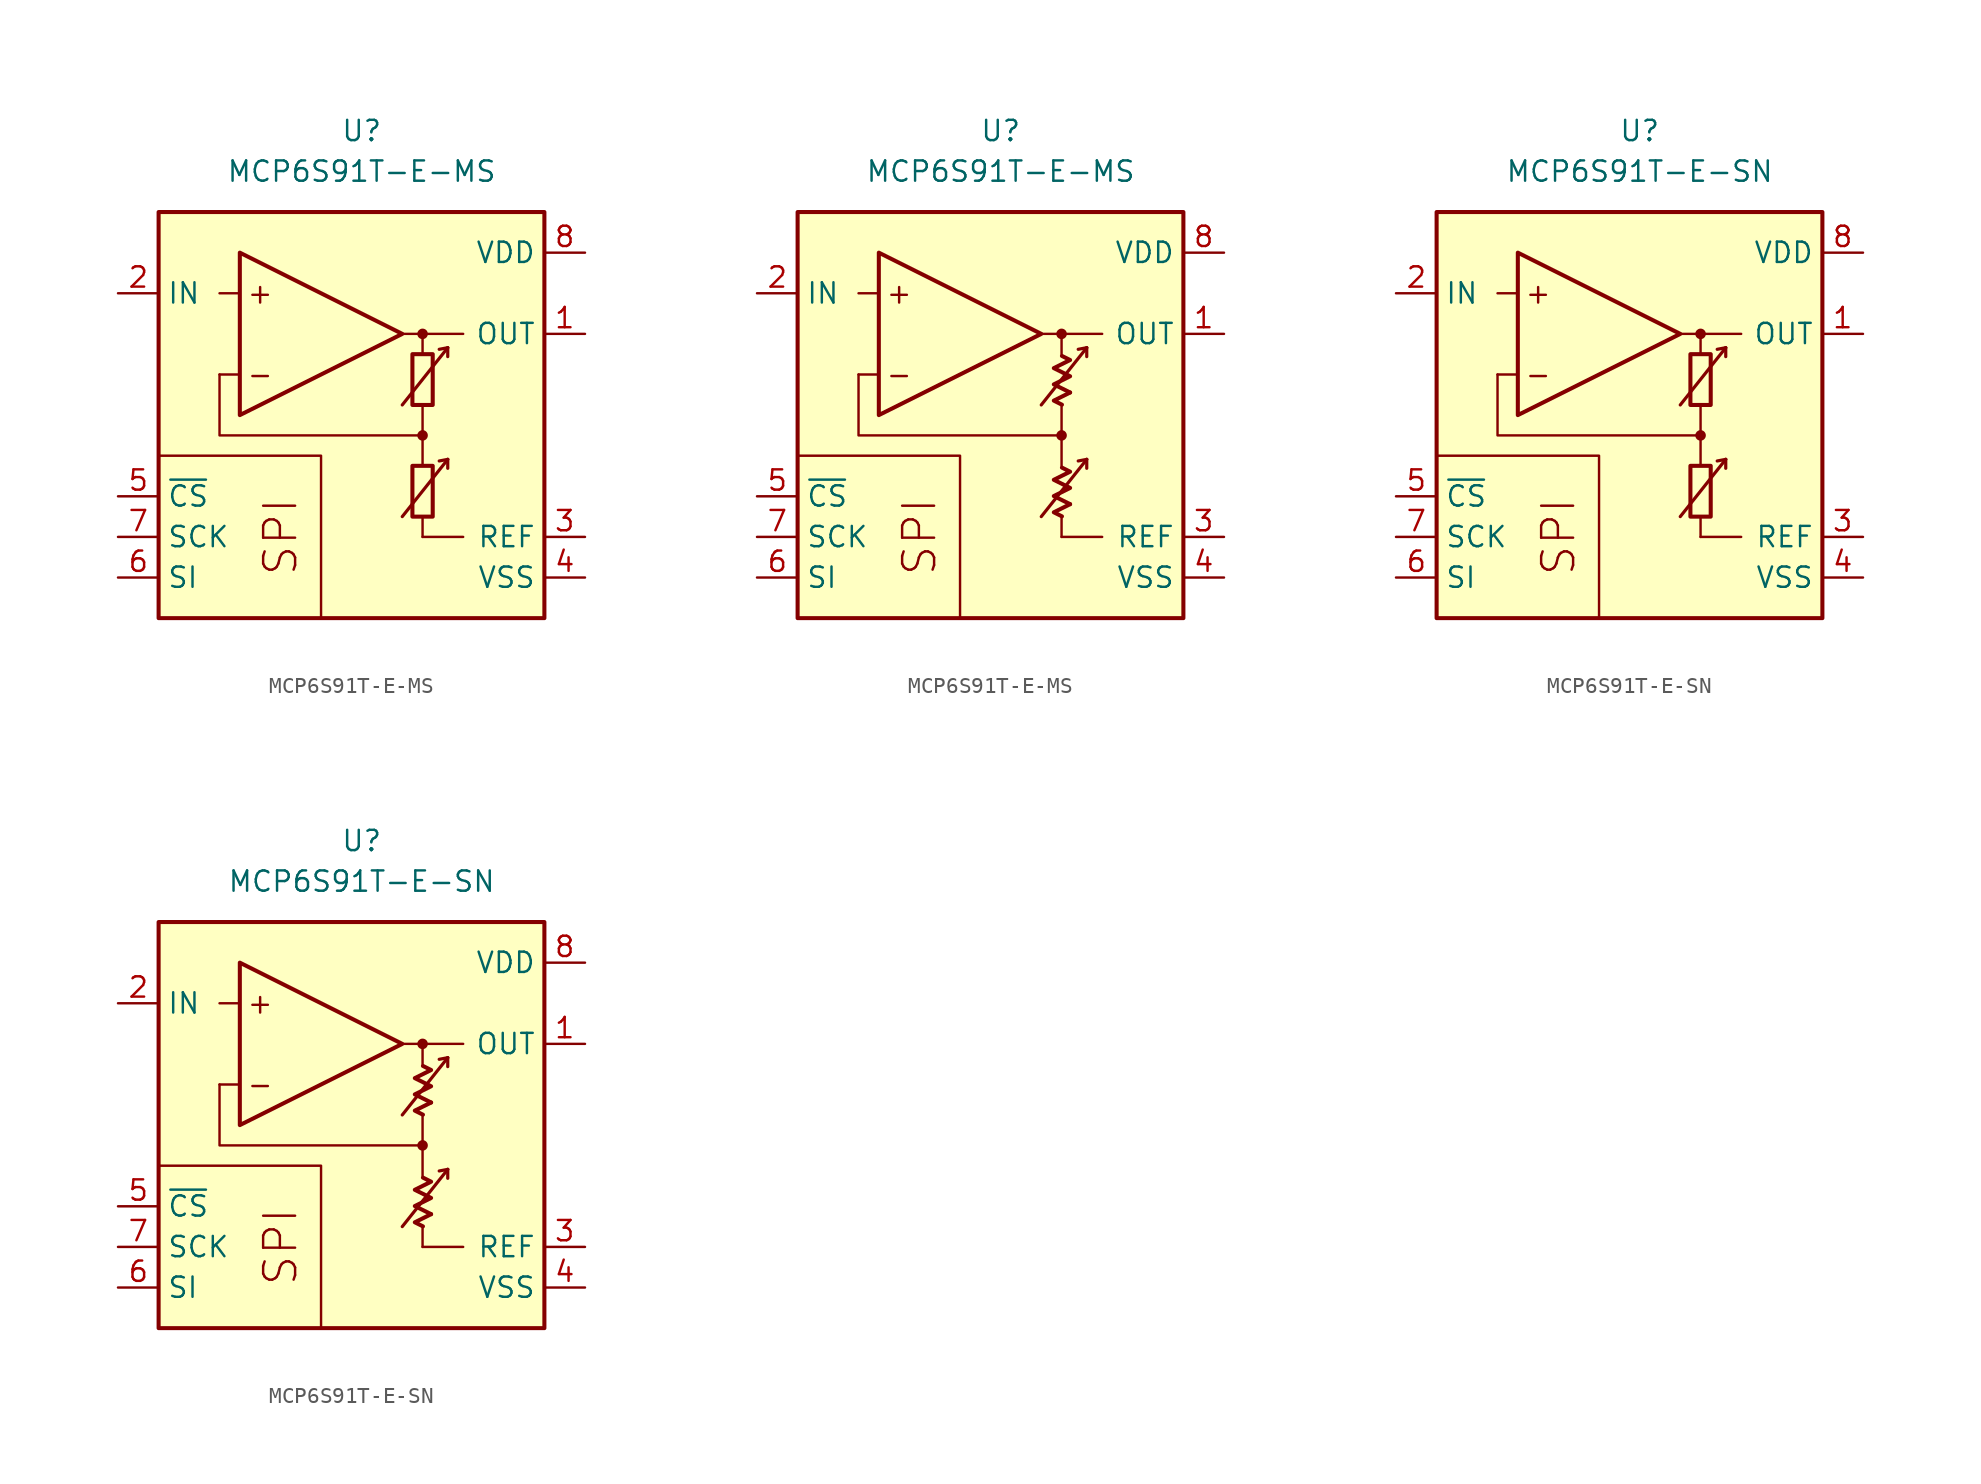
<source format=kicad_sym>
(kicad_symbol_lib
  (version 20231120)
  (generator "kicad_symbol_editor")
  (generator_version "8.0")
  (symbol "MCP6S91T-E-MS"
    (property "Reference" "U"
      (at 0 17.78 0)
      (effects (font (size 1.27 1.27))))
    (property "Value" "MCP6S91T-E-MS"
      (at 0 15.24 0)
      (effects (font (size 1.27 1.27))))
    (symbol "MCP6S91T-E-MS_0_0"
      (rectangle (start -12.7 12.7) (end 11.43 -12.7) (stroke (width 0.254) (type default)) (fill (type background)))
      (polyline (pts (xy 3.81 -3.81)) (stroke (width 0.152) (type default)) (fill (type none)))
      (polyline (pts (xy 3.81 -3.81)) (stroke (width 0.152) (type default)) (fill (type none)))
      (polyline (pts (xy 3.81 -3.175)) (stroke (width 0.152) (type default)) (fill (type none)))
      (polyline (pts (xy 3.81 3.175)) (stroke (width 0.152) (type default)) (fill (type none)))
      (polyline (pts (xy 3.81 3.81)) (stroke (width 0.152) (type default)) (fill (type none)))
      (polyline (pts (xy 3.81 3.81)) (stroke (width 0.152) (type default)) (fill (type none)))
      (polyline (pts (xy -7.62 2.54) (xy -8.89 2.54)) (stroke (width 0.152) (type default)) (fill (type none)))
      (polyline (pts (xy -7.62 7.62) (xy -8.89 7.62)) (stroke (width 0.152) (type default)) (fill (type none)))
      (polyline (pts (xy 2.54 5.08) (xy 6.35 5.08)) (stroke (width 0.152) (type default)) (fill (type none)))
      (polyline (pts (xy 3.81 -6.35) (xy 3.81 -7.62)) (stroke (width 0.152) (type default)) (fill (type none)))
      (polyline (pts (xy 3.81 -1.27) (xy 3.81 -3.175)) (stroke (width 0.152) (type default)) (fill (type none)))
      (polyline (pts (xy 3.81 0.635) (xy 3.81 -1.27)) (stroke (width 0.152) (type default)) (fill (type none)))
      (polyline (pts (xy 3.81 5.08) (xy 3.81 3.81)) (stroke (width 0.152) (type default)) (fill (type none)))
      (polyline (pts (xy -2.54 -12.7) (xy -2.54 -2.54) (xy -12.7 -2.54)) (stroke (width 0.152) (type default)) (fill (type none)))
      (polyline (pts (xy 3.81 -1.27) (xy -8.89 -1.27) (xy -8.89 2.54)) (stroke (width 0.152) (type default)) (fill (type none)))
      (circle (center 3.81 -1.27) (radius 0.254) (stroke (width 0.152) (type default)) (fill (type outline)))
      (circle (center 3.81 5.08) (radius 0.254) (stroke (width 0.152) (type default)) (fill (type outline)))
      (text "+" (at -6.35 7.62 0) (effects (font (size 1.27 1.27))))
      (text "-" (at -6.35 2.54 0) (effects (font (size 1.27 1.27))))
      (text "SPI" (at -5.08 -7.62 900) (effects (font (size 2 2)))))
    (symbol "MCP6S91T-E-MS_0_1"
      (rectangle (start 3.175 -3.175) (end 4.445 -6.35) (stroke (width 0.254) (type default)) (fill (type none)))
      (rectangle (start 3.175 3.81) (end 4.445 0.635) (stroke (width 0.254) (type default)) (fill (type none))))
    (symbol "MCP6S91T-E-MS_0_2"
      (polyline (pts (xy 4.343 -5.572) (xy 3.326 -6.08) (xy 3.834 -6.333)) (stroke (width 0.254) (type default)) (fill (type none)))
      (polyline (pts (xy 4.343 1.413) (xy 3.326 0.905) (xy 3.834 0.651)) (stroke (width 0.254) (type default)) (fill (type none)))
      (polyline (pts (xy 3.834 -3.285) (xy 4.343 -3.539) (xy 3.326 -4.048) (xy 4.343 -4.556) (xy 3.326 -5.064) (xy 4.343 -5.572)) (stroke (width 0.254) (type default)) (fill (type none)))
      (polyline (pts (xy 3.834 3.7) (xy 4.343 3.446) (xy 3.326 2.938) (xy 4.343 2.429) (xy 3.326 1.921) (xy 4.343 1.413)) (stroke (width 0.254) (type default)) (fill (type none))))
    (symbol "MCP6S91T-E-MS_1_0"
      (polyline (pts (xy 3.81 -7.62) (xy 6.35 -7.62)) (stroke (width 0) (type default)) (fill (type none)))
      (polyline (pts (xy 5.385 -2.769) (xy 4.851 -2.87)) (stroke (width 0.2) (type default)) (fill (type none)))
      (polyline (pts (xy 5.385 -2.769) (xy 5.385 -3.327)) (stroke (width 0.2) (type default)) (fill (type none)))
      (polyline (pts (xy 5.385 4.216) (xy 4.851 4.115)) (stroke (width 0.2) (type default)) (fill (type none)))
      (polyline (pts (xy 5.385 4.216) (xy 5.385 3.658)) (stroke (width 0.2) (type default)) (fill (type none)))
      (polyline (pts (xy -7.62 10.16) (xy -7.62 0) (xy 2.54 5.08) (xy -7.62 10.16)) (stroke (width 0.254) (type default)) (fill (type background)))
      (polyline (pts (xy 2.54 -6.35) (xy 5.385 -2.769) (xy 5.385 -2.769) (xy 5.385 -2.769)) (stroke (width 0.2) (type default)) (fill (type none)))
      (polyline (pts (xy 2.54 0.635) (xy 5.385 4.216) (xy 5.385 4.216) (xy 5.385 4.216)) (stroke (width 0.2) (type default)) (fill (type none))))
    (symbol "MCP6S91T-E-MS_1_1"
      (pin output line (at 13.97 5.08 180) (length 2.54) (name "OUT" (effects (font (size 1.27 1.27)))) (number "1" (effects (font (size 1.27 1.27)))))
      (pin input line (at -15.24 7.62 0) (length 2.54) (name "IN" (effects (font (size 1.27 1.27)))) (number "2" (effects (font (size 1.27 1.27)))))
      (pin passive line (at 13.97 -7.62 180) (length 2.54) (name "REF" (effects (font (size 1.27 1.27)))) (number "3" (effects (font (size 1.27 1.27)))))
      (pin power_in line (at 13.97 -10.16 180) (length 2.54) (name "VSS" (effects (font (size 1.27 1.27)))) (number "4" (effects (font (size 1.27 1.27)))))
      (pin input line (at -15.24 -5.08 0) (length 2.54) (name "~{CS}" (effects (font (size 1.27 1.27)))) (number "5" (effects (font (size 1.27 1.27)))))
      (pin input line (at -15.24 -10.16 0) (length 2.54) (name "SI" (effects (font (size 1.27 1.27)))) (number "6" (effects (font (size 1.27 1.27)))))
      (pin input line (at -15.24 -7.62 0) (length 2.54) (name "SCK" (effects (font (size 1.27 1.27)))) (number "7" (effects (font (size 1.27 1.27)))))
      (pin power_in line (at 13.97 10.16 180) (length 2.54) (name "VDD" (effects (font (size 1.27 1.27)))) (number "8" (effects (font (size 1.27 1.27))))))
    (symbol "MCP6S91T-E-MS_1_2"
      (pin output line (at 13.97 5.08 180) (length 2.54) (name "OUT" (effects (font (size 1.27 1.27)))) (number "1" (effects (font (size 1.27 1.27)))))
      (pin input line (at -15.24 7.62 0) (length 2.54) (name "IN" (effects (font (size 1.27 1.27)))) (number "2" (effects (font (size 1.27 1.27)))))
      (pin passive line (at 13.97 -7.62 180) (length 2.54) (name "REF" (effects (font (size 1.27 1.27)))) (number "3" (effects (font (size 1.27 1.27)))))
      (pin power_in line (at 13.97 -10.16 180) (length 2.54) (name "VSS" (effects (font (size 1.27 1.27)))) (number "4" (effects (font (size 1.27 1.27)))))
      (pin input line (at -15.24 -5.08 0) (length 2.54) (name "~{CS}" (effects (font (size 1.27 1.27)))) (number "5" (effects (font (size 1.27 1.27)))))
      (pin input line (at -15.24 -10.16 0) (length 2.54) (name "SI" (effects (font (size 1.27 1.27)))) (number "6" (effects (font (size 1.27 1.27)))))
      (pin input line (at -15.24 -7.62 0) (length 2.54) (name "SCK" (effects (font (size 1.27 1.27)))) (number "7" (effects (font (size 1.27 1.27)))))
      (pin power_in line (at 13.97 10.16 180) (length 2.54) (name "VDD" (effects (font (size 1.27 1.27)))) (number "8" (effects (font (size 1.27 1.27)))))))
  (symbol "MCP6S91T-E-SN"
    (property "Reference" "U"
      (at 0 17.78 0)
      (effects (font (size 1.27 1.27))))
    (property "Value" "MCP6S91T-E-SN"
      (at 0 15.24 0)
      (effects (font (size 1.27 1.27))))
    (symbol "MCP6S91T-E-SN_0_0"
      (rectangle (start -12.7 12.7) (end 11.43 -12.7) (stroke (width 0.254) (type default)) (fill (type background)))
      (polyline (pts (xy 3.81 -3.81)) (stroke (width 0.152) (type default)) (fill (type none)))
      (polyline (pts (xy 3.81 -3.81)) (stroke (width 0.152) (type default)) (fill (type none)))
      (polyline (pts (xy 3.81 -3.175)) (stroke (width 0.152) (type default)) (fill (type none)))
      (polyline (pts (xy 3.81 3.175)) (stroke (width 0.152) (type default)) (fill (type none)))
      (polyline (pts (xy 3.81 3.81)) (stroke (width 0.152) (type default)) (fill (type none)))
      (polyline (pts (xy 3.81 3.81)) (stroke (width 0.152) (type default)) (fill (type none)))
      (polyline (pts (xy -7.62 2.54) (xy -8.89 2.54)) (stroke (width 0.152) (type default)) (fill (type none)))
      (polyline (pts (xy -7.62 7.62) (xy -8.89 7.62)) (stroke (width 0.152) (type default)) (fill (type none)))
      (polyline (pts (xy 2.54 5.08) (xy 6.35 5.08)) (stroke (width 0.152) (type default)) (fill (type none)))
      (polyline (pts (xy 3.81 -6.35) (xy 3.81 -7.62)) (stroke (width 0.152) (type default)) (fill (type none)))
      (polyline (pts (xy 3.81 -1.27) (xy 3.81 -3.175)) (stroke (width 0.152) (type default)) (fill (type none)))
      (polyline (pts (xy 3.81 0.635) (xy 3.81 -1.27)) (stroke (width 0.152) (type default)) (fill (type none)))
      (polyline (pts (xy 3.81 5.08) (xy 3.81 3.81)) (stroke (width 0.152) (type default)) (fill (type none)))
      (polyline (pts (xy -2.54 -12.7) (xy -2.54 -2.54) (xy -12.7 -2.54)) (stroke (width 0.152) (type default)) (fill (type none)))
      (polyline (pts (xy 3.81 -1.27) (xy -8.89 -1.27) (xy -8.89 2.54)) (stroke (width 0.152) (type default)) (fill (type none)))
      (circle (center 3.81 -1.27) (radius 0.254) (stroke (width 0.152) (type default)) (fill (type outline)))
      (circle (center 3.81 5.08) (radius 0.254) (stroke (width 0.152) (type default)) (fill (type outline)))
      (text "+" (at -6.35 7.62 0) (effects (font (size 1.27 1.27))))
      (text "-" (at -6.35 2.54 0) (effects (font (size 1.27 1.27))))
      (text "SPI" (at -5.08 -7.62 900) (effects (font (size 2 2)))))
    (symbol "MCP6S91T-E-SN_0_1"
      (rectangle (start 3.175 -3.175) (end 4.445 -6.35) (stroke (width 0.254) (type default)) (fill (type none)))
      (rectangle (start 3.175 3.81) (end 4.445 0.635) (stroke (width 0.254) (type default)) (fill (type none))))
    (symbol "MCP6S91T-E-SN_0_2"
      (polyline (pts (xy 4.343 -5.572) (xy 3.326 -6.08) (xy 3.834 -6.333)) (stroke (width 0.254) (type default)) (fill (type none)))
      (polyline (pts (xy 4.343 1.413) (xy 3.326 0.905) (xy 3.834 0.651)) (stroke (width 0.254) (type default)) (fill (type none)))
      (polyline (pts (xy 3.834 -3.285) (xy 4.343 -3.539) (xy 3.326 -4.048) (xy 4.343 -4.556) (xy 3.326 -5.064) (xy 4.343 -5.572)) (stroke (width 0.254) (type default)) (fill (type none)))
      (polyline (pts (xy 3.834 3.7) (xy 4.343 3.446) (xy 3.326 2.938) (xy 4.343 2.429) (xy 3.326 1.921) (xy 4.343 1.413)) (stroke (width 0.254) (type default)) (fill (type none))))
    (symbol "MCP6S91T-E-SN_1_0"
      (polyline (pts (xy 3.81 -7.62) (xy 6.35 -7.62)) (stroke (width 0) (type default)) (fill (type none)))
      (polyline (pts (xy 5.385 -2.769) (xy 4.851 -2.87)) (stroke (width 0.2) (type default)) (fill (type none)))
      (polyline (pts (xy 5.385 -2.769) (xy 5.385 -3.327)) (stroke (width 0.2) (type default)) (fill (type none)))
      (polyline (pts (xy 5.385 4.216) (xy 4.851 4.115)) (stroke (width 0.2) (type default)) (fill (type none)))
      (polyline (pts (xy 5.385 4.216) (xy 5.385 3.658)) (stroke (width 0.2) (type default)) (fill (type none)))
      (polyline (pts (xy -7.62 10.16) (xy -7.62 0) (xy 2.54 5.08) (xy -7.62 10.16)) (stroke (width 0.254) (type default)) (fill (type background)))
      (polyline (pts (xy 2.54 -6.35) (xy 5.385 -2.769) (xy 5.385 -2.769) (xy 5.385 -2.769)) (stroke (width 0.2) (type default)) (fill (type none)))
      (polyline (pts (xy 2.54 0.635) (xy 5.385 4.216) (xy 5.385 4.216) (xy 5.385 4.216)) (stroke (width 0.2) (type default)) (fill (type none))))
    (symbol "MCP6S91T-E-SN_1_1"
      (pin output line (at 13.97 5.08 180) (length 2.54) (name "OUT" (effects (font (size 1.27 1.27)))) (number "1" (effects (font (size 1.27 1.27)))))
      (pin input line (at -15.24 7.62 0) (length 2.54) (name "IN" (effects (font (size 1.27 1.27)))) (number "2" (effects (font (size 1.27 1.27)))))
      (pin passive line (at 13.97 -7.62 180) (length 2.54) (name "REF" (effects (font (size 1.27 1.27)))) (number "3" (effects (font (size 1.27 1.27)))))
      (pin power_in line (at 13.97 -10.16 180) (length 2.54) (name "VSS" (effects (font (size 1.27 1.27)))) (number "4" (effects (font (size 1.27 1.27)))))
      (pin input line (at -15.24 -5.08 0) (length 2.54) (name "~{CS}" (effects (font (size 1.27 1.27)))) (number "5" (effects (font (size 1.27 1.27)))))
      (pin input line (at -15.24 -10.16 0) (length 2.54) (name "SI" (effects (font (size 1.27 1.27)))) (number "6" (effects (font (size 1.27 1.27)))))
      (pin input line (at -15.24 -7.62 0) (length 2.54) (name "SCK" (effects (font (size 1.27 1.27)))) (number "7" (effects (font (size 1.27 1.27)))))
      (pin power_in line (at 13.97 10.16 180) (length 2.54) (name "VDD" (effects (font (size 1.27 1.27)))) (number "8" (effects (font (size 1.27 1.27))))))
    (symbol "MCP6S91T-E-SN_1_2"
      (pin output line (at 13.97 5.08 180) (length 2.54) (name "OUT" (effects (font (size 1.27 1.27)))) (number "1" (effects (font (size 1.27 1.27)))))
      (pin input line (at -15.24 7.62 0) (length 2.54) (name "IN" (effects (font (size 1.27 1.27)))) (number "2" (effects (font (size 1.27 1.27)))))
      (pin passive line (at 13.97 -7.62 180) (length 2.54) (name "REF" (effects (font (size 1.27 1.27)))) (number "3" (effects (font (size 1.27 1.27)))))
      (pin power_in line (at 13.97 -10.16 180) (length 2.54) (name "VSS" (effects (font (size 1.27 1.27)))) (number "4" (effects (font (size 1.27 1.27)))))
      (pin input line (at -15.24 -5.08 0) (length 2.54) (name "~{CS}" (effects (font (size 1.27 1.27)))) (number "5" (effects (font (size 1.27 1.27)))))
      (pin input line (at -15.24 -10.16 0) (length 2.54) (name "SI" (effects (font (size 1.27 1.27)))) (number "6" (effects (font (size 1.27 1.27)))))
      (pin input line (at -15.24 -7.62 0) (length 2.54) (name "SCK" (effects (font (size 1.27 1.27)))) (number "7" (effects (font (size 1.27 1.27)))))
      (pin power_in line (at 13.97 10.16 180) (length 2.54) (name "VDD" (effects (font (size 1.27 1.27)))) (number "8" (effects (font (size 1.27 1.27))))))))
</source>
